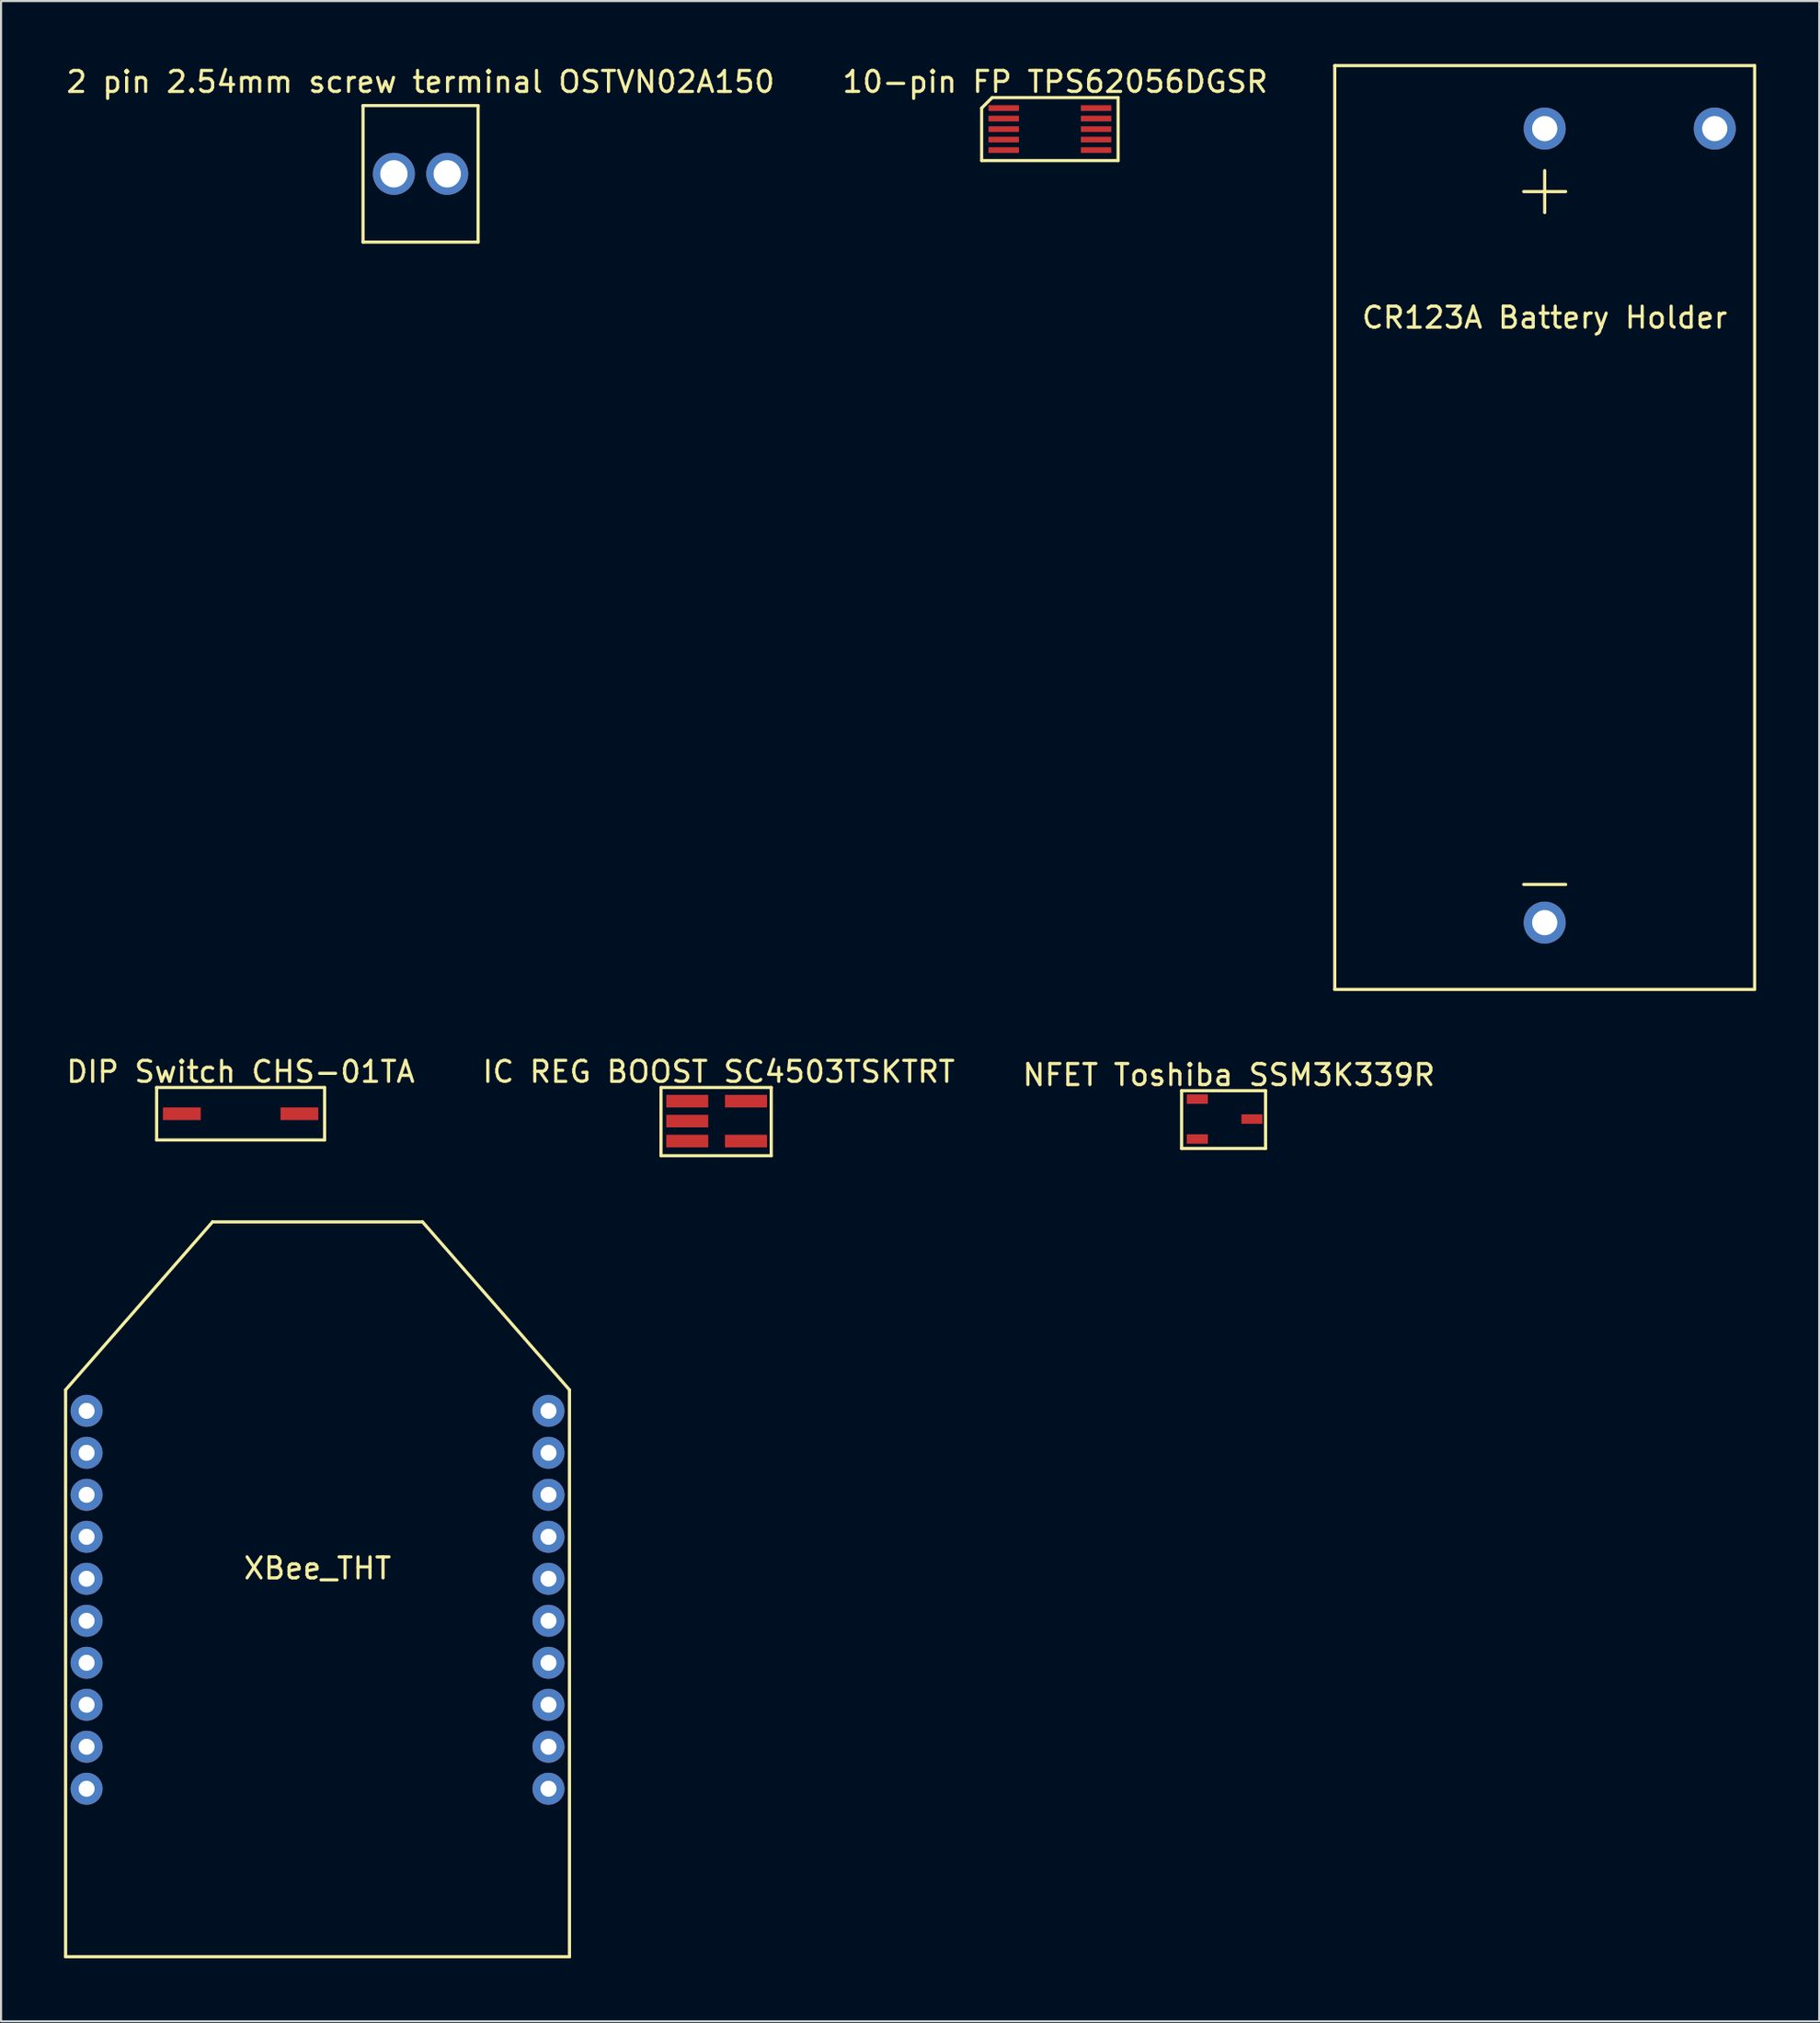
<source format=kicad_pcb>
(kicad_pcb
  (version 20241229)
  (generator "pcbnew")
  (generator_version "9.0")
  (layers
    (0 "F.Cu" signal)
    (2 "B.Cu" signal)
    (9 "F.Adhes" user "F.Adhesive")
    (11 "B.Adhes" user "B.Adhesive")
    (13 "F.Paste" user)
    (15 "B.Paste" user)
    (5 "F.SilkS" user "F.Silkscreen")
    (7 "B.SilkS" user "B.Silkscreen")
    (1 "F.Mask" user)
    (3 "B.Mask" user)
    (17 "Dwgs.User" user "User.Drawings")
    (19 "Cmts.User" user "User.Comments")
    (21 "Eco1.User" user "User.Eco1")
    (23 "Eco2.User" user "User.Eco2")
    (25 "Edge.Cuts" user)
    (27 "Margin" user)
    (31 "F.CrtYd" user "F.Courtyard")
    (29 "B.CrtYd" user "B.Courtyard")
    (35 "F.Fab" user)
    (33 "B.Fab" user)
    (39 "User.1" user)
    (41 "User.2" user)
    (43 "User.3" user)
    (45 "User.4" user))
  (footprint "NFET Toshiba SSM3K339R"
    (layer "F.Cu")
    (at 53.982 47.4)
    (property "Reference" "NFET Toshiba SSM3K339R" (at 1.5 0.75 0) (layer "F.SilkS") (effects (font (size 1 1) (thickness 0.15))))
    (attr through_hole)
    (fp_line (start -0.75 1.5) (end -0.75 4.25) (stroke (width 0.15) (type solid)) (layer "F.SilkS"))
    (fp_line (start -0.75 4.25) (end 3.25 4.25) (stroke (width 0.15) (type solid)) (layer "F.SilkS"))
    (fp_line (start 3.25 1.5) (end -0.75 1.5) (stroke (width 0.15) (type solid)) (layer "F.SilkS"))
    (fp_line (start 3.25 4.25) (end 3.25 1.5) (stroke (width 0.15) (type solid)) (layer "F.SilkS"))
    (pad "1" smd rect (at 0 1.9) (size 1 0.45) (layers "F.Cu" "F.Mask" "F.Paste"))
    (pad "2" smd rect (at 0 3.8) (size 1 0.45) (layers "F.Cu" "F.Mask" "F.Paste"))
    (pad "3" smd rect (at 2.6 2.85) (size 1 0.45) (layers "F.Cu" "F.Mask" "F.Paste")))
  (footprint "CR123A Battery Holder"
    (layer "F.Cu")
    (at 70.527 3.075)
    (property "Reference" "CR123A Battery Holder" (at 0 9 0) (layer "F.SilkS") (effects (font (size 1 1) (thickness 0.15))))
    (attr through_hole)
    (fp_line (start -10 -3) (end -10 41) (stroke (width 0.15) (type solid)) (layer "F.SilkS"))
    (fp_line (start -10 41) (end 10 41) (stroke (width 0.15) (type solid)) (layer "F.SilkS"))
    (fp_line (start -1 3) (end 1 3) (stroke (width 0.15) (type solid)) (layer "F.SilkS"))
    (fp_line (start -1 36) (end 1 36) (stroke (width 0.15) (type solid)) (layer "F.SilkS"))
    (fp_line (start 0 2) (end 0 4) (stroke (width 0.15) (type solid)) (layer "F.SilkS"))
    (fp_line (start 10 -3) (end -10 -3) (stroke (width 0.15) (type solid)) (layer "F.SilkS"))
    (fp_line (start 10 41) (end 10 -3) (stroke (width 0.15) (type solid)) (layer "F.SilkS"))
    (pad "" thru_hole circle (at 8.1 0) (size 2 2) (drill 1.2) (layers "*.Cu" "*.Mask"))
    (pad "1" thru_hole circle (at 0 0) (size 2 2) (drill 1.2) (layers "*.Cu" "*.Mask"))
    (pad "2" thru_hole circle (at 0 37.82) (size 2 2) (drill 1.2) (layers "*.Cu" "*.Mask")))
  (footprint "10-pin FP TPS62056DGSR"
    (layer "F.Cu")
    (at 46.958 3.098)
    (property "Reference" "10-pin FP TPS62056DGSR" (at 0.25 -2.25 0) (layer "F.SilkS") (effects (font (size 1 1) (thickness 0.15))))
    (attr through_hole)
    (fp_line (start -3.25 -1) (end -3.25 1.5) (stroke (width 0.15) (type solid)) (layer "F.SilkS"))
    (fp_line (start -2.75 -1.5) (end -3.25 -1) (stroke (width 0.15) (type solid)) (layer "F.SilkS"))
    (fp_line (start 3.25 -1.5) (end -2.75 -1.5) (stroke (width 0.15) (type solid)) (layer "F.SilkS"))
    (fp_line (start 3.25 -1.5) (end 3.25 1.5) (stroke (width 0.15) (type solid)) (layer "F.SilkS"))
    (fp_line (start 3.25 1.5) (end -3.25 1.5) (stroke (width 0.15) (type solid)) (layer "F.SilkS"))
    (pad "1" smd rect (at -2.2 -1) (size 1.45 0.27) (layers "F.Cu" "F.Mask" "F.Paste"))
    (pad "2" smd rect (at -2.2 -0.5) (size 1.45 0.27) (layers "F.Cu" "F.Mask" "F.Paste"))
    (pad "3" smd rect (at -2.2 0) (size 1.45 0.27) (layers "F.Cu" "F.Mask" "F.Paste"))
    (pad "4" smd rect (at -2.2 0.5) (size 1.45 0.27) (layers "F.Cu" "F.Mask" "F.Paste"))
    (pad "5" smd rect (at -2.2 1) (size 1.45 0.27) (layers "F.Cu" "F.Mask" "F.Paste"))
    (pad "6" smd rect (at 2.2 1) (size 1.45 0.27) (layers "F.Cu" "F.Mask" "F.Paste"))
    (pad "7" smd rect (at 2.2 0.5) (size 1.45 0.27) (layers "F.Cu" "F.Mask" "F.Paste"))
    (pad "8" smd rect (at 2.2 0) (size 1.45 0.27) (layers "F.Cu" "F.Mask" "F.Paste"))
    (pad "9" smd rect (at 2.2 -0.5) (size 1.45 0.27) (layers "F.Cu" "F.Mask" "F.Paste"))
    (pad "10" smd rect (at 2.2 -1) (size 1.45 0.27) (layers "F.Cu" "F.Mask" "F.Paste")))
  (footprint "XBee_THT"
    (layer "F.Cu")
    (at 12.075 82.148)
    (property "Reference" "XBee_THT" (at 0 -10.5 0) (layer "F.SilkS") (effects (font (size 1 1) (thickness 0.15))))
    (attr through_hole)
    (fp_line (start -12 -19) (end -5 -27) (stroke (width 0.15) (type solid)) (layer "F.SilkS"))
    (fp_line (start -12 8) (end -12 -19) (stroke (width 0.15) (type solid)) (layer "F.SilkS"))
    (fp_line (start -5 -27) (end 5 -27) (stroke (width 0.15) (type solid)) (layer "F.SilkS"))
    (fp_line (start 5 -27) (end 12 -19) (stroke (width 0.15) (type solid)) (layer "F.SilkS"))
    (fp_line (start 12 -19) (end 12 8) (stroke (width 0.15) (type solid)) (layer "F.SilkS"))
    (fp_line (start 12 8) (end -12 8) (stroke (width 0.15) (type solid)) (layer "F.SilkS"))
    (pad "1" thru_hole circle (at -11 -18) (size 1.524 1.524) (drill 0.762) (layers "*.Cu" "*.Mask"))
    (pad "2" thru_hole circle (at -11 -16) (size 1.524 1.524) (drill 0.762) (layers "*.Cu" "*.Mask"))
    (pad "3" thru_hole circle (at -11 -14) (size 1.524 1.524) (drill 0.762) (layers "*.Cu" "*.Mask"))
    (pad "4" thru_hole circle (at -11 -12) (size 1.524 1.524) (drill 0.762) (layers "*.Cu" "*.Mask"))
    (pad "5" thru_hole circle (at -11 -10) (size 1.524 1.524) (drill 0.762) (layers "*.Cu" "*.Mask"))
    (pad "6" thru_hole circle (at -11 -8) (size 1.524 1.524) (drill 0.762) (layers "*.Cu" "*.Mask"))
    (pad "7" thru_hole circle (at -11 -6) (size 1.524 1.524) (drill 0.762) (layers "*.Cu" "*.Mask"))
    (pad "8" thru_hole circle (at -11 -4) (size 1.524 1.524) (drill 0.762) (layers "*.Cu" "*.Mask"))
    (pad "9" thru_hole circle (at -11 -2) (size 1.524 1.524) (drill 0.762) (layers "*.Cu" "*.Mask"))
    (pad "10" thru_hole circle (at -11 0) (size 1.524 1.524) (drill 0.762) (layers "*.Cu" "*.Mask"))
    (pad "11" thru_hole circle (at 11 -2) (size 1.524 1.524) (drill 0.762) (layers "*.Cu" "*.Mask"))
    (pad "12" thru_hole circle (at 11 -4) (size 1.524 1.524) (drill 0.762) (layers "*.Cu" "*.Mask"))
    (pad "13" thru_hole circle (at 11 -6) (size 1.524 1.524) (drill 0.762) (layers "*.Cu" "*.Mask"))
    (pad "14" thru_hole circle (at 11 -8) (size 1.524 1.524) (drill 0.762) (layers "*.Cu" "*.Mask"))
    (pad "15" thru_hole circle (at 11 -10) (size 1.524 1.524) (drill 0.762) (layers "*.Cu" "*.Mask"))
    (pad "16" thru_hole circle (at 11 -12) (size 1.524 1.524) (drill 0.762) (layers "*.Cu" "*.Mask"))
    (pad "17" thru_hole circle (at 11 -14) (size 1.524 1.524) (drill 0.762) (layers "*.Cu" "*.Mask"))
    (pad "18" thru_hole circle (at 11 0) (size 1.524 1.524) (drill 0.762) (layers "*.Cu" "*.Mask"))
    (pad "19" thru_hole circle (at 11 -16) (size 1.524 1.524) (drill 0.762) (layers "*.Cu" "*.Mask"))
    (pad "20" thru_hole circle (at 11 -18) (size 1.524 1.524) (drill 0.762) (layers "*.Cu" "*.Mask")))
  (footprint "2 pin 2.54mm screw terminal OSTVN02A150"
    (layer "F.Cu")
    (at 16.982 5.23)
    (property "Reference" "2 pin 2.54mm screw terminal OSTVN02A150" (at 0 -4.381 0) (layer "F.SilkS") (effects (font (size 1 1) (thickness 0.15))))
    (attr through_hole)
    (fp_line (start -2.74 -3.25) (end 2.74 -3.25) (stroke (width 0.15) (type solid)) (layer "F.SilkS"))
    (fp_line (start -2.74 3.25) (end -2.74 -3.25) (stroke (width 0.15) (type solid)) (layer "F.SilkS"))
    (fp_line (start -2.74 3.25) (end 2.74 3.25) (stroke (width 0.15) (type solid)) (layer "F.SilkS"))
    (fp_line (start 2.74 -3.25) (end 2.74 3.25) (stroke (width 0.15) (type solid)) (layer "F.SilkS"))
    (pad "1" thru_hole circle (at -1.27 0) (size 2 2) (drill 1.3) (layers "*.Cu" "*.Mask"))
    (pad "2" thru_hole circle (at 1.27 0) (size 2 2) (drill 1.3) (layers "*.Cu" "*.Mask")))
  (footprint "IC REG BOOST SC4503TSKTRT"
    (layer "F.Cu")
    (at 29.685 48.248)
    (property "Reference" "IC REG BOOST SC4503TSKTRT" (at 1.5 -0.25 0) (layer "F.SilkS") (effects (font (size 1 1) (thickness 0.15))))
    (attr through_hole)
    (fp_line (start -1.25 0.5) (end 4 0.5) (stroke (width 0.15) (type solid)) (layer "F.SilkS"))
    (fp_line (start -1.25 3.75) (end -1.25 0.5) (stroke (width 0.15) (type solid)) (layer "F.SilkS"))
    (fp_line (start 4 0.5) (end 4 3.75) (stroke (width 0.15) (type solid)) (layer "F.SilkS"))
    (fp_line (start 4 3.75) (end -1.25 3.75) (stroke (width 0.15) (type solid)) (layer "F.SilkS"))
    (pad "1" smd rect (at 0 1.15) (size 2 0.6) (layers "F.Cu" "F.Mask" "F.Paste"))
    (pad "2" smd rect (at 0 2.1) (size 2 0.6) (layers "F.Cu" "F.Mask" "F.Paste"))
    (pad "3" smd rect (at 0 3.05) (size 2 0.6) (layers "F.Cu" "F.Mask" "F.Paste"))
    (pad "4" smd rect (at 2.8 3.05) (size 2 0.6) (layers "F.Cu" "F.Mask" "F.Paste"))
    (pad "5" smd rect (at 2.8 1.15) (size 2 0.6) (layers "F.Cu" "F.Mask" "F.Paste")))
  (footprint "DIP Switch CHS-01TA"
    (layer "F.Cu")
    (at 8.411 49.998)
    (property "Reference" "DIP Switch CHS-01TA" (at 0 -2 0) (layer "F.SilkS") (effects (font (size 1 1) (thickness 0.15))))
    (attr through_hole)
    (fp_line (start -4 -1.25) (end 4 -1.25) (stroke (width 0.15) (type solid)) (layer "F.SilkS"))
    (fp_line (start -4 1.25) (end -4 -1.25) (stroke (width 0.15) (type solid)) (layer "F.SilkS"))
    (fp_line (start 4 -1.25) (end 4 1.25) (stroke (width 0.15) (type solid)) (layer "F.SilkS"))
    (fp_line (start 4 1.25) (end -4 1.25) (stroke (width 0.15) (type solid)) (layer "F.SilkS"))
    (pad "1" smd rect (at -2.8 0) (size 1.8 0.6) (layers "F.Cu" "F.Mask" "F.Paste"))
    (pad "2" smd rect (at 2.8 0) (size 1.8 0.6) (layers "F.Cu" "F.Mask" "F.Paste")))
  (gr_rect
    (start -3 -3)
    (end 83.602 93.223)
    (stroke (width 0.1) (type default))
    (fill no)
    (layer "Edge.Cuts")))
</source>
